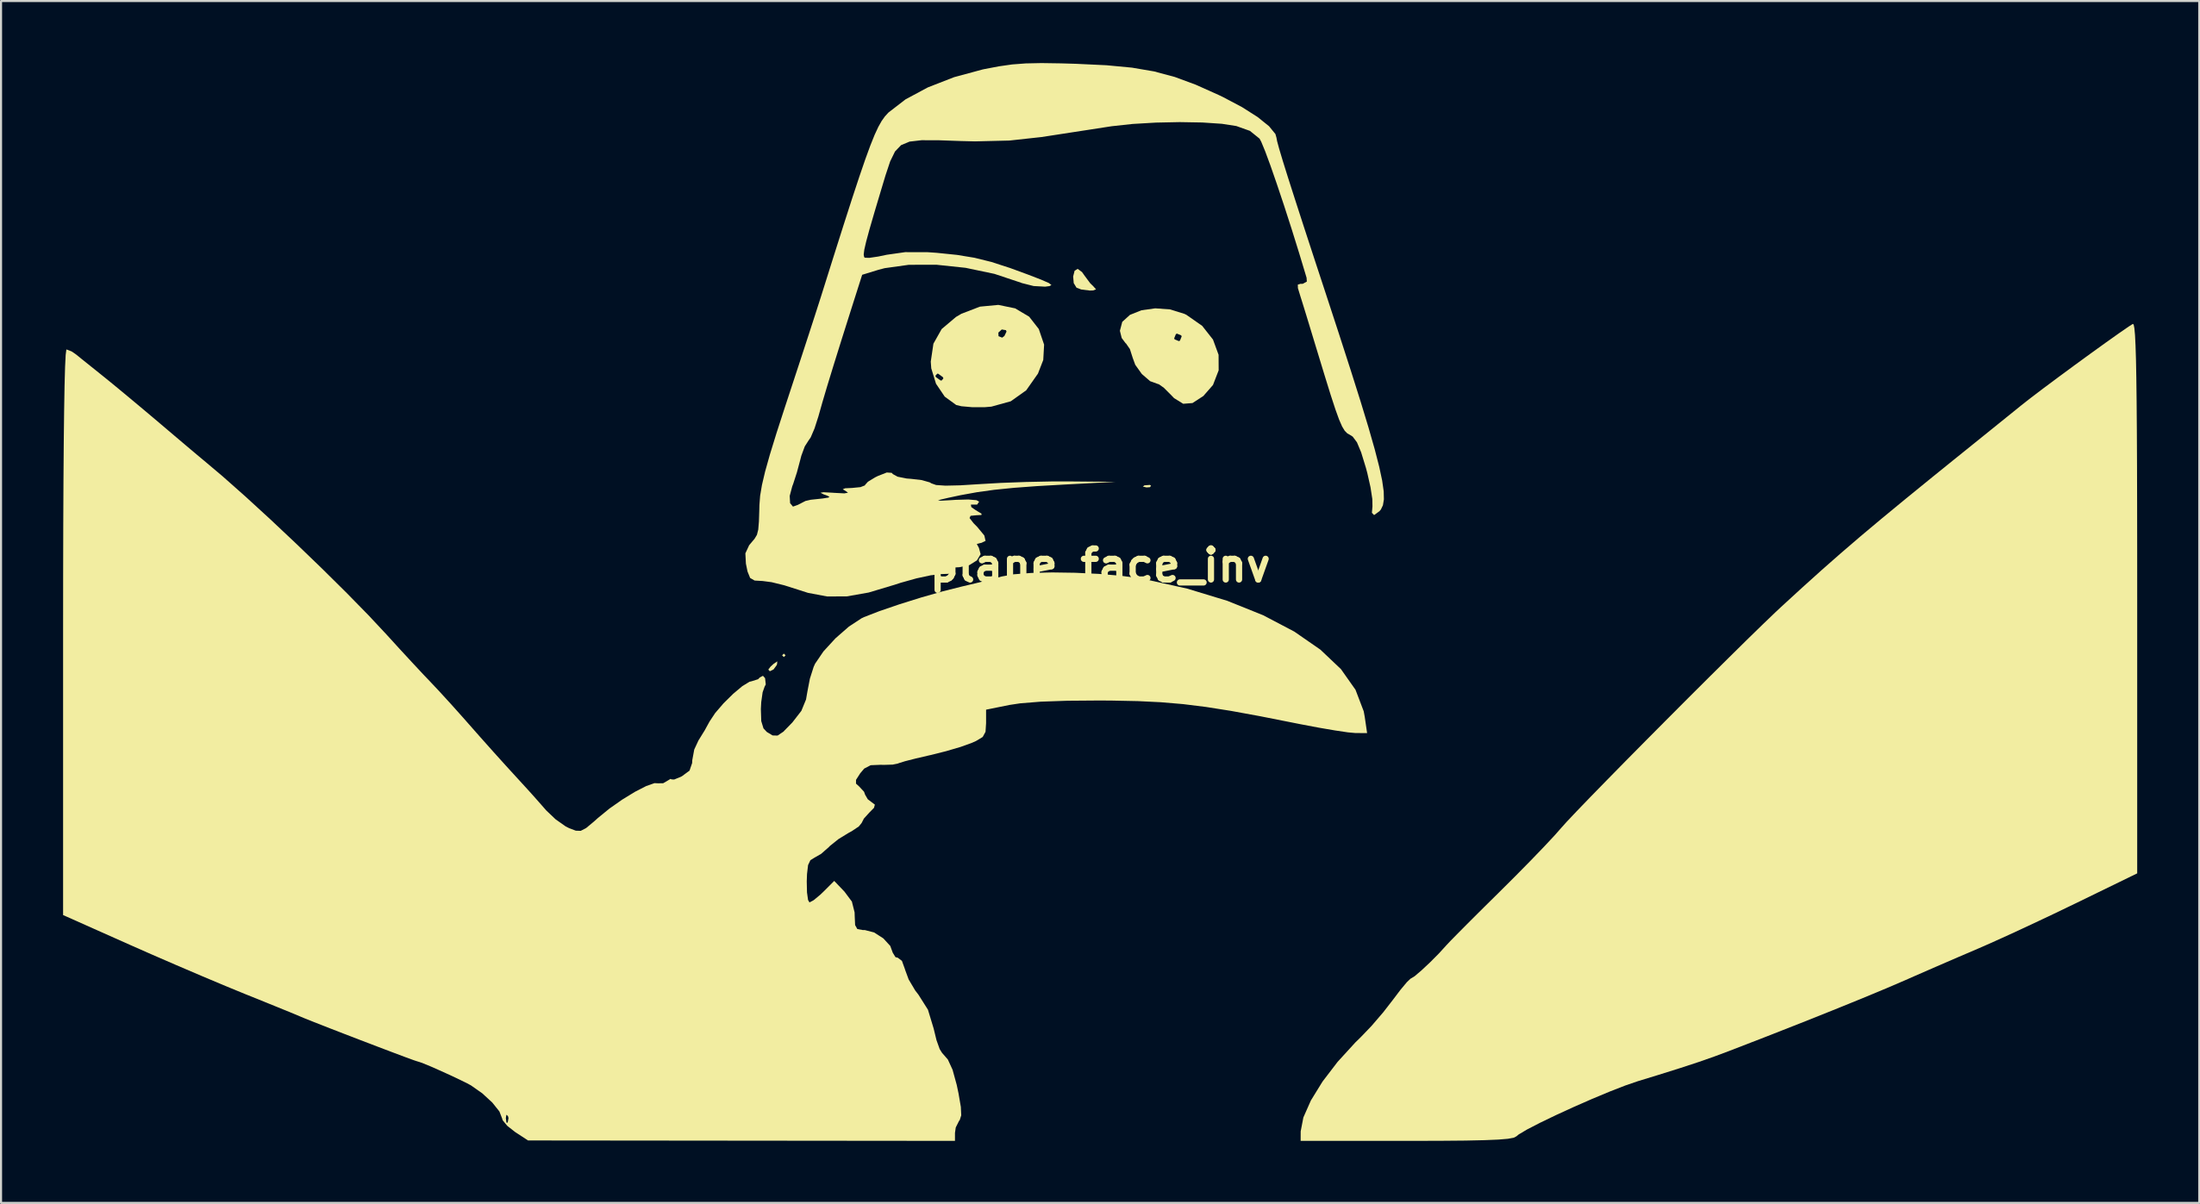
<source format=kicad_pcb>
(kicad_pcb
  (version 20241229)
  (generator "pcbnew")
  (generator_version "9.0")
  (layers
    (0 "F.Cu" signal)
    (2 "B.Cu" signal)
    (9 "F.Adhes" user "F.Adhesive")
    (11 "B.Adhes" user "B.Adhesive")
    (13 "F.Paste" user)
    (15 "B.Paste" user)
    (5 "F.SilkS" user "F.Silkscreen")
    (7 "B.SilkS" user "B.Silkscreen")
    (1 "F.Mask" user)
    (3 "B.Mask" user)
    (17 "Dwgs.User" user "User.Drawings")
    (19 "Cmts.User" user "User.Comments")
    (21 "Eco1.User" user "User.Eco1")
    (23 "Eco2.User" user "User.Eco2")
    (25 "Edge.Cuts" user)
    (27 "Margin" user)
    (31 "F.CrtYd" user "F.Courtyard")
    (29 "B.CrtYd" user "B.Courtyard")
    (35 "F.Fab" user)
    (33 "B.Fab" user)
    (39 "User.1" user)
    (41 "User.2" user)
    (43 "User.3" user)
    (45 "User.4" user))
  (footprint "plane_face_inv"
    (layer "F.Cu")
    (at 50.132 24.292)
    (property "Reference" "plane_face_inv" (at 0 0 0) (layer "F.SilkS") (effects (font (size 1.5 1.5) (thickness 0.3))))
    (attr board_only exclude_from_pos_files exclude_from_bom)
    (fp_poly (pts (xy -15.207 4.345) (xy -15.29 4.428) (xy -15.374 4.345) (xy -15.29 4.261)) (stroke (width 0) (type solid)) (fill yes) (layer "F.SilkS"))
    (fp_poly (pts (xy 2.461 -3.861) (xy 2.411 -3.785) (xy 2.242 -3.773) (xy 2.064 -3.814) (xy 2.141 -3.874) (xy 2.402 -3.894)) (stroke (width 0) (type solid)) (fill yes) (layer "F.SilkS"))
    (fp_poly (pts (xy -15.619 4.769) (xy -15.638 4.822) (xy -15.789 5.028) (xy -15.967 5.115) (xy -16.042 5.034) (xy -15.931 4.89) (xy -15.788 4.759) (xy -15.606 4.637)) (stroke (width 0) (type solid)) (fill yes) (layer "F.SilkS"))
    (fp_poly (pts (xy -0.876 -14.187) (xy -0.752 -14.012) (xy -0.483 -13.649) (xy -0.334 -13.503) (xy -0.198 -13.351) (xy -0.34 -13.298) (xy -0.501 -13.293) (xy -0.916 -13.345) (xy -1.143 -13.432) (xy -1.277 -13.652) (xy -1.305 -13.973) (xy -1.235 -14.25) (xy -1.086 -14.342)) (stroke (width 0) (type solid)) (fill yes) (layer "F.SilkS"))
    (fp_poly (pts (xy 3.38 -12.381) (xy 4.073 -12.166) (xy 4.168 -12.12) (xy 4.933 -11.586) (xy 5.455 -10.923) (xy 5.725 -10.187) (xy 5.729 -9.436) (xy 5.455 -8.727) (xy 4.989 -8.194) (xy 4.464 -7.853) (xy 4.015 -7.818) (xy 3.574 -8.091) (xy 3.399 -8.272) (xy 3.081 -8.59) (xy 2.838 -8.763) (xy 2.797 -8.773) (xy 2.416 -8.911) (xy 2.016 -9.256) (xy 1.697 -9.703) (xy 1.575 -10.036) (xy 1.438 -10.463) (xy 1.25 -10.735) (xy 1.228 -10.749) (xy 1.053 -10.984) (xy 3.579 -10.984) (xy 3.602 -10.931) (xy 3.804 -10.848) (xy 3.858 -10.871) (xy 3.94 -11.074) (xy 3.918 -11.127) (xy 3.715 -11.21) (xy 3.662 -11.187) (xy 3.579 -10.984) (xy 1.053 -10.984) (xy 1.041 -11.001) (xy 0.955 -11.348) (xy 1.069 -11.78) (xy 1.439 -12.116) (xy 1.993 -12.339) (xy 2.664 -12.433)) (stroke (width 0) (type solid)) (fill yes) (layer "F.SilkS"))
    (fp_poly (pts (xy -4.109 -12.432) (xy -3.43 -12.028) (xy -2.966 -11.433) (xy -2.709 -10.678) (xy -2.75 -9.937) (xy -3.006 -9.277) (xy -3.575 -8.468) (xy -4.32 -7.939) (xy -5.257 -7.68) (xy -5.576 -7.653) (xy -6.187 -7.653) (xy -6.707 -7.699) (xy -6.959 -7.76) (xy -7.513 -8.163) (xy -7.935 -8.788) (xy -8.053 -9.171) (xy -7.964 -9.171) (xy -7.938 -9.107) (xy -7.716 -8.946) (xy -7.667 -8.94) (xy -7.577 -9.043) (xy -7.603 -9.107) (xy -7.825 -9.268) (xy -7.874 -9.274) (xy -7.964 -9.171) (xy -8.053 -9.171) (xy -8.164 -9.531) (xy -8.188 -9.855) (xy -8.06 -10.724) (xy -7.758 -11.26) (xy -4.92 -11.26) (xy -4.913 -11.086) (xy -4.736 -11.016) (xy -4.629 -11.095) (xy -4.526 -11.309) (xy -4.554 -11.377) (xy -4.756 -11.411) (xy -4.92 -11.26) (xy -7.758 -11.26) (xy -7.661 -11.432) (xy -6.967 -12.018) (xy -6.708 -12.17) (xy -5.81 -12.515) (xy -4.922 -12.599)) (stroke (width 0) (type solid)) (fill yes) (layer "F.SilkS"))
    (fp_poly (pts (xy 49.962 -11.643) (xy 49.996 -11.47) (xy 50.026 -11.143) (xy 50.051 -10.644) (xy 50.073 -9.955) (xy 50.09 -9.058) (xy 50.104 -7.935) (xy 50.115 -6.567) (xy 50.123 -4.936) (xy 50.128 -3.024) (xy 50.131 -0.814) (xy 50.132 1.544) (xy 50.132 14.888) (xy 47.165 16.333) (xy 46.101 16.845) (xy 44.998 17.366) (xy 43.945 17.854) (xy 43.03 18.268) (xy 42.445 18.524) (xy 41.488 18.934) (xy 40.402 19.404) (xy 39.362 19.858) (xy 38.936 20.046) (xy 38.002 20.447) (xy 36.807 20.944) (xy 35.4 21.515) (xy 33.834 22.14) (xy 32.159 22.798) (xy 30.427 23.468) (xy 30.413 23.474) (xy 29.695 23.742) (xy 28.935 24.008) (xy 28.059 24.296) (xy 26.993 24.631) (xy 25.985 24.94) (xy 25.385 25.146) (xy 24.627 25.441) (xy 23.775 25.797) (xy 22.888 26.186) (xy 22.029 26.58) (xy 21.259 26.951) (xy 20.64 27.271) (xy 20.234 27.512) (xy 20.118 27.606) (xy 19.991 27.671) (xy 19.711 27.722) (xy 19.25 27.761) (xy 18.576 27.789) (xy 17.661 27.809) (xy 16.475 27.819) (xy 14.987 27.823) (xy 14.812 27.823) (xy 9.692 27.823) (xy 9.694 27.363) (xy 9.824 26.69) (xy 10.187 25.869) (xy 10.75 24.955) (xy 11.479 24.002) (xy 12.338 23.062) (xy 12.596 22.81) (xy 13.114 22.27) (xy 13.685 21.605) (xy 14.144 21.013) (xy 14.519 20.518) (xy 14.826 20.15) (xy 15.009 19.975) (xy 15.027 19.969) (xy 15.205 19.859) (xy 15.539 19.574) (xy 15.955 19.184) (xy 16.379 18.757) (xy 16.733 18.368) (xy 16.935 18.153) (xy 17.334 17.747) (xy 17.886 17.192) (xy 18.549 16.532) (xy 19.281 15.809) (xy 19.296 15.794) (xy 20.068 15.025) (xy 20.808 14.274) (xy 21.462 13.595) (xy 21.977 13.044) (xy 22.278 12.702) (xy 22.554 12.394) (xy 23.037 11.883) (xy 23.692 11.203) (xy 24.489 10.386) (xy 25.393 9.465) (xy 26.374 8.473) (xy 27.398 7.442) (xy 28.433 6.404) (xy 29.447 5.393) (xy 30.408 4.441) (xy 31.281 3.58) (xy 32.037 2.844) (xy 32.641 2.264) (xy 32.92 2.003) (xy 33.927 1.08) (xy 34.866 0.234) (xy 35.787 -0.576) (xy 36.74 -1.395) (xy 37.775 -2.263) (xy 38.942 -3.225) (xy 40.29 -4.322) (xy 41.275 -5.118) (xy 42.141 -5.816) (xy 42.936 -6.457) (xy 43.616 -7.006) (xy 44.141 -7.429) (xy 44.466 -7.692) (xy 44.535 -7.748) (xy 44.968 -8.088) (xy 45.576 -8.55) (xy 46.302 -9.091) (xy 47.09 -9.672) (xy 47.882 -10.249) (xy 48.622 -10.782) (xy 49.252 -11.229) (xy 49.716 -11.549) (xy 49.923 -11.681)) (stroke (width 0) (type solid)) (fill yes) (layer "F.SilkS"))
    (fp_poly (pts (xy -49.716 -10.348) (xy -49.507 -10.204) (xy -49.235 -9.984) (xy -48.793 -9.629) (xy -48.27 -9.21) (xy -48.21 -9.162) (xy -47.69 -8.74) (xy -47.004 -8.172) (xy -46.237 -7.532) (xy -45.478 -6.892) (xy -45.434 -6.854) (xy -44.761 -6.283) (xy -44.157 -5.772) (xy -43.679 -5.369) (xy -43.384 -5.122) (xy -43.345 -5.091) (xy -42.415 -4.306) (xy -41.317 -3.333) (xy -40.11 -2.227) (xy -38.853 -1.043) (xy -37.605 0.16) (xy -36.425 1.328) (xy -35.371 2.405) (xy -34.507 3.329) (xy -33.891 4.005) (xy -33.271 4.677) (xy -32.729 5.258) (xy -32.418 5.584) (xy -31.959 6.071) (xy -31.381 6.703) (xy -30.787 7.367) (xy -30.58 7.602) (xy -29.973 8.291) (xy -29.314 9.03) (xy -28.722 9.686) (xy -28.575 9.847) (xy -28.063 10.407) (xy -27.708 10.795) (xy -27.445 11.086) (xy -27.205 11.356) (xy -26.92 11.68) (xy -26.775 11.846) (xy -26.321 12.277) (xy -25.829 12.623) (xy -25.661 12.706) (xy -25.347 12.824) (xy -25.109 12.832) (xy -24.85 12.698) (xy -24.477 12.388) (xy -24.272 12.205) (xy -23.72 11.754) (xy -23.101 11.32) (xy -22.486 10.944) (xy -21.944 10.666) (xy -21.544 10.525) (xy -21.381 10.533) (xy -21.124 10.53) (xy -20.964 10.438) (xy -20.766 10.319) (xy -20.721 10.344) (xy -20.593 10.35) (xy -20.279 10.223) (xy -20.22 10.193) (xy -19.85 9.921) (xy -19.723 9.551) (xy -19.718 9.421) (xy -19.622 8.9) (xy -19.42 8.465) (xy -19.113 7.967) (xy -18.882 7.546) (xy -18.61 7.136) (xy -18.205 6.665) (xy -17.742 6.208) (xy -17.299 5.836) (xy -16.95 5.623) (xy -16.846 5.598) (xy -16.537 5.501) (xy -16.449 5.413) (xy -16.3 5.335) (xy -16.198 5.449) (xy -16.164 5.753) (xy -16.221 5.863) (xy -16.316 6.131) (xy -16.383 6.606) (xy -16.401 6.941) (xy -16.382 7.526) (xy -16.275 7.877) (xy -16.116 8.049) (xy -15.834 8.219) (xy -15.594 8.226) (xy -15.314 8.038) (xy -14.911 7.624) (xy -14.874 7.585) (xy -14.443 7.029) (xy -14.218 6.481) (xy -14.15 6.09) (xy -14.032 5.477) (xy -13.851 4.908) (xy -13.782 4.753) (xy -13.376 4.156) (xy -12.794 3.522) (xy -12.143 2.953) (xy -11.53 2.551) (xy -11.416 2.497) (xy -10.67 2.208) (xy -9.711 1.88) (xy -8.651 1.548) (xy -7.603 1.249) (xy -6.684 1.018) (xy -5.967 0.848) (xy -5.28 0.676) (xy -4.771 0.536) (xy -4.763 0.534) (xy -4.176 0.427) (xy -3.337 0.362) (xy -2.321 0.337) (xy -1.207 0.353) (xy -0.073 0.407) (xy 1.004 0.498) (xy 1.946 0.624) (xy 2.082 0.648) (xy 4.208 1.12) (xy 6.148 1.71) (xy 7.881 2.407) (xy 9.388 3.199) (xy 10.647 4.071) (xy 11.64 5.012) (xy 12.344 6.01) (xy 12.741 7.05) (xy 12.789 7.311) (xy 12.905 8.105) (xy 12.343 8.103) (xy 11.979 8.07) (xy 11.365 7.979) (xy 10.575 7.844) (xy 9.685 7.676) (xy 9.358 7.611) (xy 7.716 7.286) (xy 6.326 7.032) (xy 5.114 6.841) (xy 4.009 6.704) (xy 2.936 6.613) (xy 1.824 6.559) (xy 0.599 6.534) (xy -0.000001 6.529) (xy -1.579 6.541) (xy -2.873 6.586) (xy -3.863 6.666) (xy -4.387 6.745) (xy -5.514 6.973) (xy -5.514 7.628) (xy -5.541 8.043) (xy -5.676 8.292) (xy -6.004 8.49) (xy -6.225 8.587) (xy -6.741 8.772) (xy -7.444 8.979) (xy -8.19 9.166) (xy -8.272 9.184) (xy -8.913 9.333) (xy -9.43 9.465) (xy -9.734 9.559) (xy -9.769 9.575) (xy -10.027 9.629) (xy -10.469 9.643) (xy -10.604 9.638) (xy -11.092 9.658) (xy -11.405 9.821) (xy -11.598 10.049) (xy -11.801 10.366) (xy -11.802 10.548) (xy -11.64 10.696) (xy -11.412 10.943) (xy -11.363 11.081) (xy -11.234 11.304) (xy -11.071 11.428) (xy -10.89 11.564) (xy -10.933 11.72) (xy -11.154 11.944) (xy -11.421 12.239) (xy -11.53 12.452) (xy -11.666 12.619) (xy -12.005 12.847) (xy -12.157 12.929) (xy -12.649 13.23) (xy -13.061 13.561) (xy -13.118 13.62) (xy -13.487 13.944) (xy -13.806 14.127) (xy -14.007 14.251) (xy -14.119 14.487) (xy -14.17 14.921) (xy -14.183 15.278) (xy -14.171 15.81) (xy -14.119 16.177) (xy -14.051 16.293) (xy -13.847 16.184) (xy -13.518 15.91) (xy -13.375 15.773) (xy -12.855 15.253) (xy -12.36 15.771) (xy -12.001 16.252) (xy -11.87 16.774) (xy -11.864 16.96) (xy -11.845 17.389) (xy -11.738 17.58) (xy -11.474 17.629) (xy -11.371 17.63) (xy -10.927 17.745) (xy -10.482 18.031) (xy -10.145 18.398) (xy -10.026 18.723) (xy -9.893 18.94) (xy -9.783 18.966) (xy -9.582 19.119) (xy -9.437 19.519) (xy -9.432 19.541) (xy -9.256 20.019) (xy -8.938 20.554) (xy -8.785 20.752) (xy -8.324 21.481) (xy -8.048 22.392) (xy -7.911 22.954) (xy -7.756 23.386) (xy -7.644 23.565) (xy -7.362 23.889) (xy -7.134 24.384) (xy -6.933 25.116) (xy -6.846 25.528) (xy -6.734 26.182) (xy -6.715 26.587) (xy -6.787 26.816) (xy -6.82 26.856) (xy -6.98 27.174) (xy -7.018 27.439) (xy -7.018 27.823) (xy -17.337 27.813) (xy -27.656 27.803) (xy -28.283 27.393) (xy -28.663 27.094) (xy -28.885 26.822) (xy -28.909 26.74) (xy -28.916 26.723) (xy -28.729 26.723) (xy -28.698 26.94) (xy -28.641 26.942) (xy -28.601 26.719) (xy -28.628 26.622) (xy -28.702 26.559) (xy -28.729 26.723) (xy -28.916 26.723) (xy -29.041 26.399) (xy -29.387 25.967) (xy -29.87 25.523) (xy -30.414 25.141) (xy -30.606 25.036) (xy -31.178 24.759) (xy -31.787 24.478) (xy -32.35 24.229) (xy -32.782 24.051) (xy -33.001 23.98) (xy -33.005 23.98) (xy -33.178 23.923) (xy -33.603 23.768) (xy -34.217 23.537) (xy -34.96 23.255) (xy -35.772 22.945) (xy -36.59 22.63) (xy -37.356 22.333) (xy -38.007 22.077) (xy -38.483 21.887) (xy -38.685 21.802) (xy -38.953 21.689) (xy -39.468 21.478) (xy -40.165 21.195) (xy -40.979 20.865) (xy -41.359 20.713) (xy -42.283 20.333) (xy -43.412 19.858) (xy -44.647 19.33) (xy -45.886 18.792) (xy -46.915 18.338) (xy -50.132 16.904) (xy -50.132 3.23) (xy -50.13 0.492) (xy -50.124 -1.953) (xy -50.114 -4.099) (xy -50.1 -5.942) (xy -50.082 -7.477) (xy -50.061 -8.698) (xy -50.036 -9.601) (xy -50.007 -10.181) (xy -49.975 -10.433) (xy -49.966 -10.444)) (stroke (width 0) (type solid)) (fill yes) (layer "F.SilkS"))
    (fp_poly (pts (xy -1.885 -24.278) (xy -1.17 -24.257) (xy 0.308 -24.187) (xy 1.539 -24.071) (xy 2.611 -23.888) (xy 3.61 -23.62) (xy 4.624 -23.245) (xy 5.739 -22.745) (xy 5.945 -22.646) (xy 6.858 -22.163) (xy 7.613 -21.683) (xy 8.165 -21.238) (xy 8.473 -20.861) (xy 8.522 -20.689) (xy 8.555 -20.514) (xy 8.655 -20.145) (xy 8.829 -19.563) (xy 9.083 -18.751) (xy 9.423 -17.69) (xy 9.853 -16.362) (xy 10.38 -14.75) (xy 10.862 -13.285) (xy 11.54 -11.214) (xy 12.114 -9.436) (xy 12.591 -7.926) (xy 12.975 -6.662) (xy 13.273 -5.619) (xy 13.49 -4.775) (xy 13.633 -4.105) (xy 13.707 -3.587) (xy 13.717 -3.197) (xy 13.67 -2.911) (xy 13.572 -2.706) (xy 13.502 -2.624) (xy 13.243 -2.436) (xy 13.137 -2.546) (xy 13.164 -2.857) (xy 13.157 -3.213) (xy 13.069 -3.784) (xy 12.915 -4.467) (xy 12.848 -4.718) (xy 12.617 -5.471) (xy 12.414 -5.955) (xy 12.21 -6.228) (xy 12.079 -6.313) (xy 11.945 -6.389) (xy 11.823 -6.512) (xy 11.697 -6.72) (xy 11.552 -7.051) (xy 11.373 -7.545) (xy 11.146 -8.239) (xy 10.856 -9.173) (xy 10.487 -10.384) (xy 10.443 -10.528) (xy 10.195 -11.344) (xy 9.969 -12.086) (xy 9.789 -12.67) (xy 9.68 -13.017) (xy 9.68 -13.017) (xy 9.56 -13.411) (xy 9.555 -13.579) (xy 9.685 -13.619) (xy 9.795 -13.619) (xy 9.991 -13.726) (xy 9.979 -13.912) (xy 9.625 -15.087) (xy 9.258 -16.265) (xy 8.893 -17.396) (xy 8.546 -18.433) (xy 8.236 -19.327) (xy 7.977 -20.028) (xy 7.786 -20.49) (xy 7.707 -20.637) (xy 7.242 -21.013) (xy 6.583 -21.248) (xy 5.883 -21.356) (xy 4.941 -21.419) (xy 3.848 -21.438) (xy 2.694 -21.414) (xy 1.569 -21.348) (xy 0.564 -21.239) (xy 0.418 -21.217) (xy -0.447 -21.083) (xy -1.469 -20.926) (xy -2.475 -20.771) (xy -2.841 -20.715) (xy -4.386 -20.546) (xy -6.049 -20.506) (xy -6.745 -20.523) (xy -7.829 -20.561) (xy -8.634 -20.562) (xy -9.213 -20.495) (xy -9.623 -20.324) (xy -9.917 -20.017) (xy -10.15 -19.54) (xy -10.377 -18.859) (xy -10.583 -18.174) (xy -10.912 -17.073) (xy -11.151 -16.25) (xy -11.31 -15.664) (xy -11.4 -15.274) (xy -11.43 -15.038) (xy -11.41 -14.917) (xy -11.375 -14.88) (xy -11.159 -14.874) (xy -10.725 -14.938) (xy -10.318 -15.023) (xy -9.425 -15.15) (xy -8.346 -15.148) (xy -7.907 -15.118) (xy -6.921 -15.017) (xy -6.079 -14.879) (xy -5.261 -14.677) (xy -4.351 -14.382) (xy -3.509 -14.073) (xy -2.855 -13.821) (xy -2.482 -13.658) (xy -2.356 -13.562) (xy -2.444 -13.509) (xy -2.66 -13.481) (xy -3.214 -13.511) (xy -3.789 -13.656) (xy -3.83 -13.673) (xy -5.113 -14.1) (xy -6.506 -14.392) (xy -7.916 -14.541) (xy -9.25 -14.538) (xy -10.418 -14.375) (xy -10.724 -14.294) (xy -11.504 -14.055) (xy -12.039 -12.375) (xy -12.507 -10.895) (xy -12.885 -9.684) (xy -13.188 -8.696) (xy -13.429 -7.883) (xy -13.623 -7.197) (xy -13.627 -7.186) (xy -13.806 -6.628) (xy -13.99 -6.197) (xy -14.115 -6.013) (xy -14.279 -5.756) (xy -14.445 -5.306) (xy -14.5 -5.094) (xy -14.659 -4.5) (xy -14.838 -3.946) (xy -14.884 -3.826) (xy -15.007 -3.363) (xy -14.988 -3.012) (xy -14.849 -2.846) (xy -14.617 -2.928) (xy -14.244 -3.119) (xy -13.992 -3.177) (xy -13.42 -3.238) (xy -13.134 -3.282) (xy -13.089 -3.327) (xy -13.237 -3.393) (xy -13.368 -3.439) (xy -13.519 -3.516) (xy -13.374 -3.541) (xy -12.915 -3.516) (xy -12.867 -3.512) (xy -12.367 -3.486) (xy -12.19 -3.518) (xy -12.282 -3.587) (xy -12.443 -3.684) (xy -12.331 -3.732) (xy -11.99 -3.748) (xy -11.587 -3.788) (xy -11.373 -3.871) (xy -11.363 -3.896) (xy -11.227 -4.047) (xy -10.886 -4.256) (xy -10.752 -4.323) (xy -10.315 -4.495) (xy -10.077 -4.479) (xy -10.02 -4.418) (xy -9.791 -4.292) (xy -9.357 -4.205) (xy -9.139 -4.188) (xy -8.628 -4.129) (xy -8.24 -4.019) (xy -8.155 -3.969) (xy -7.93 -3.89) (xy -7.479 -3.859) (xy -6.766 -3.875) (xy -5.844 -3.932) (xy -4.801 -3.992) (xy -3.589 -4.037) (xy -2.374 -4.062) (xy -1.504 -4.064) (xy 0.752 -4.044) (xy -1.671 -3.916) (xy -3.056 -3.837) (xy -4.182 -3.753) (xy -5.123 -3.658) (xy -5.956 -3.542) (xy -6.754 -3.397) (xy -7.353 -3.269) (xy -7.724 -3.182) (xy -7.839 -3.139) (xy -7.674 -3.133) (xy -7.207 -3.158) (xy -6.977 -3.173) (xy -6.374 -3.19) (xy -5.976 -3.156) (xy -5.849 -3.085) (xy -5.946 -2.944) (xy -5.974 -2.944) (xy -6.251 -2.942) (xy -6.225 -2.82) (xy -6.016 -2.674) (xy -5.735 -2.504) (xy -5.736 -2.441) (xy -5.974 -2.429) (xy -6.263 -2.401) (xy -6.313 -2.293) (xy -6.122 -2.047) (xy -5.932 -1.853) (xy -5.599 -1.449) (xy -5.539 -1.188) (xy -5.757 -1.087) (xy -5.786 -1.086) (xy -5.962 -1.038) (xy -5.86 -0.849) (xy -5.778 -0.546) (xy -5.957 -0.246) (xy -6.327 -0.014) (xy -6.82 0.086) (xy -6.847 0.086) (xy -7.208 0.109) (xy -7.268 0.184) (xy -7.186 0.251) (xy -7.118 0.353) (xy -7.336 0.405) (xy -7.687 0.417) (xy -8.188 0.475) (xy -8.88 0.624) (xy -9.644 0.838) (xy -9.943 0.935) (xy -11.191 1.309) (xy -12.248 1.495) (xy -13.197 1.499) (xy -14.122 1.325) (xy -14.612 1.168) (xy -15.27 0.959) (xy -15.88 0.809) (xy -16.313 0.752) (xy -16.315 0.752) (xy -16.704 0.729) (xy -16.92 0.604) (xy -17.046 0.293) (xy -17.124 -0.088) (xy -17.15 -0.586) (xy -16.969 -0.975) (xy -16.889 -1.073) (xy -16.705 -1.291) (xy -16.591 -1.482) (xy -16.528 -1.732) (xy -16.495 -2.126) (xy -16.475 -2.749) (xy -16.471 -2.924) (xy -16.437 -3.367) (xy -16.349 -3.89) (xy -16.197 -4.537) (xy -15.967 -5.356) (xy -15.648 -6.392) (xy -15.227 -7.691) (xy -15.173 -7.854) (xy -14.79 -9.019) (xy -14.415 -10.162) (xy -14.071 -11.216) (xy -13.779 -12.117) (xy -13.56 -12.799) (xy -13.485 -13.034) (xy -12.903 -14.884) (xy -12.409 -16.442) (xy -11.993 -17.735) (xy -11.644 -18.792) (xy -11.353 -19.64) (xy -11.109 -20.307) (xy -10.903 -20.82) (xy -10.723 -21.207) (xy -10.561 -21.495) (xy -10.405 -21.713) (xy -10.246 -21.888) (xy -10.229 -21.904) (xy -9.407 -22.538) (xy -8.325 -23.118) (xy -7.059 -23.611) (xy -5.682 -23.983) (xy -5.598 -24.001) (xy -4.893 -24.135) (xy -4.256 -24.226) (xy -3.601 -24.276) (xy -2.839 -24.292)) (stroke (width 0) (type solid)) (fill yes) (layer "F.SilkS")))
  (gr_rect
    (start -3 -3)
    (end 103.263 55.115)
    (stroke (width 0.1) (type default))
    (fill no)
    (layer "Edge.Cuts")))
</source>
